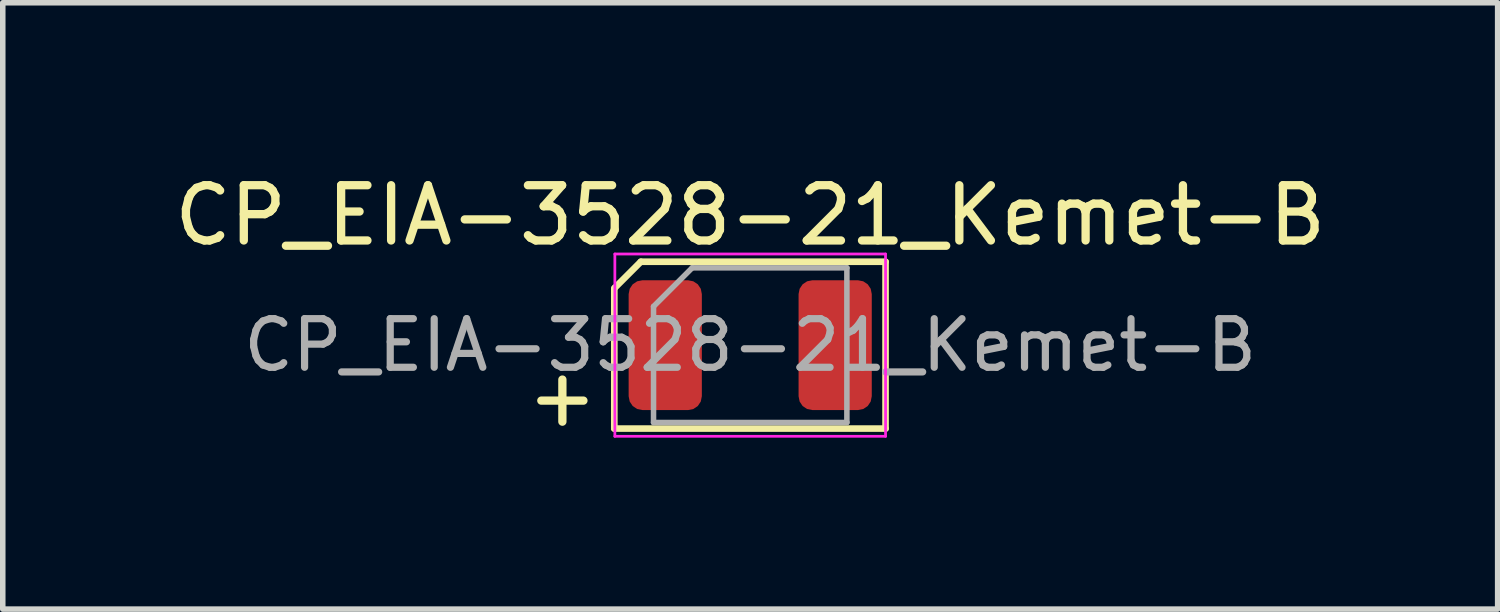
<source format=kicad_pcb>
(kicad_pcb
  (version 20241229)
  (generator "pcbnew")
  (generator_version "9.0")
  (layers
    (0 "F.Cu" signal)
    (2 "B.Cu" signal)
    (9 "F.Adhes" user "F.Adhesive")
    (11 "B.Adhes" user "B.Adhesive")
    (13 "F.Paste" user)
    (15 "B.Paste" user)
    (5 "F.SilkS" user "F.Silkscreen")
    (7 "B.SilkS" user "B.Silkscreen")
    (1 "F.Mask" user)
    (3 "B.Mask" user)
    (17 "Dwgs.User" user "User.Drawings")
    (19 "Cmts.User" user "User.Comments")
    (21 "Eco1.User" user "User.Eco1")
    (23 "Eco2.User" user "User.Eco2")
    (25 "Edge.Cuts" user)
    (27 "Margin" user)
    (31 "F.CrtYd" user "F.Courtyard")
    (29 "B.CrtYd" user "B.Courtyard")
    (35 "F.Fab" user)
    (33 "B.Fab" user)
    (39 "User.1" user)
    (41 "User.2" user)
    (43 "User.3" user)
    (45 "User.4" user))
  (footprint "CP_EIA-3528-21_Kemet-B"
    (layer "F.Cu")
    (at 10.53 3.198)
    (property "Reference" "CP_EIA-3528-21_Kemet-B" (at 0 -2.35 0) (layer "F.SilkS") (effects (font (size 1 1) (thickness 0.15))))
    (attr smd)
    (fp_line (start -2.46 -1.03) (end -2.46 1.51) (stroke (width 0.12) (type solid)) (layer "F.SilkS"))
    (fp_line (start -2.46 1.51) (end 2.45 1.51) (stroke (width 0.12) (type solid)) (layer "F.SilkS"))
    (fp_line (start -2.45 -1.04) (end -1.98 -1.51) (stroke (width 0.12) (type solid)) (layer "F.SilkS"))
    (fp_line (start 2.45 -1.51) (end -1.98 -1.51) (stroke (width 0.12) (type solid)) (layer "F.SilkS"))
    (fp_line (start 2.45 -1.51) (end 2.45 1.51) (stroke (width 0.12) (type solid)) (layer "F.SilkS"))
    (fp_line (start -2.45 -1.65) (end 2.45 -1.65) (stroke (width 0.05) (type solid)) (layer "F.CrtYd"))
    (fp_line (start -2.45 1.65) (end -2.45 -1.65) (stroke (width 0.05) (type solid)) (layer "F.CrtYd"))
    (fp_line (start 2.45 -1.65) (end 2.45 1.65) (stroke (width 0.05) (type solid)) (layer "F.CrtYd"))
    (fp_line (start 2.45 1.65) (end -2.45 1.65) (stroke (width 0.05) (type solid)) (layer "F.CrtYd"))
    (fp_line (start -1.75 -0.7) (end -1.75 1.4) (stroke (width 0.1) (type solid)) (layer "F.Fab"))
    (fp_line (start -1.75 1.4) (end 1.75 1.4) (stroke (width 0.1) (type solid)) (layer "F.Fab"))
    (fp_line (start -1.05 -1.4) (end -1.75 -0.7) (stroke (width 0.1) (type solid)) (layer "F.Fab"))
    (fp_line (start 1.75 -1.4) (end -1.05 -1.4) (stroke (width 0.1) (type solid)) (layer "F.Fab"))
    (fp_line (start 1.75 1.4) (end 1.75 -1.4) (stroke (width 0.1) (type solid)) (layer "F.Fab"))
    (fp_text user "+" (at -3.4 0.93 0) (unlocked yes) (layer "F.SilkS") (effects (font (size 1 1) (thickness 0.15))))
    (fp_text user "${REFERENCE}" (at 0 0 0) (layer "F.Fab") (effects (font (size 0.88 0.88) (thickness 0.13))))
    (pad "1" smd roundrect (at -1.538 0) (size 1.325 2.35) (layers "F.Cu" "F.Mask" "F.Paste") (roundrect_rratio 0.189))
    (pad "2" smd roundrect (at 1.538 0) (size 1.325 2.35) (layers "F.Cu" "F.Mask" "F.Paste") (roundrect_rratio 0.189)))
  (gr_rect
    (start -3 -3)
    (end 24.06 7.976)
    (stroke (width 0.1) (type default))
    (fill no)
    (layer "Edge.Cuts")))
</source>
